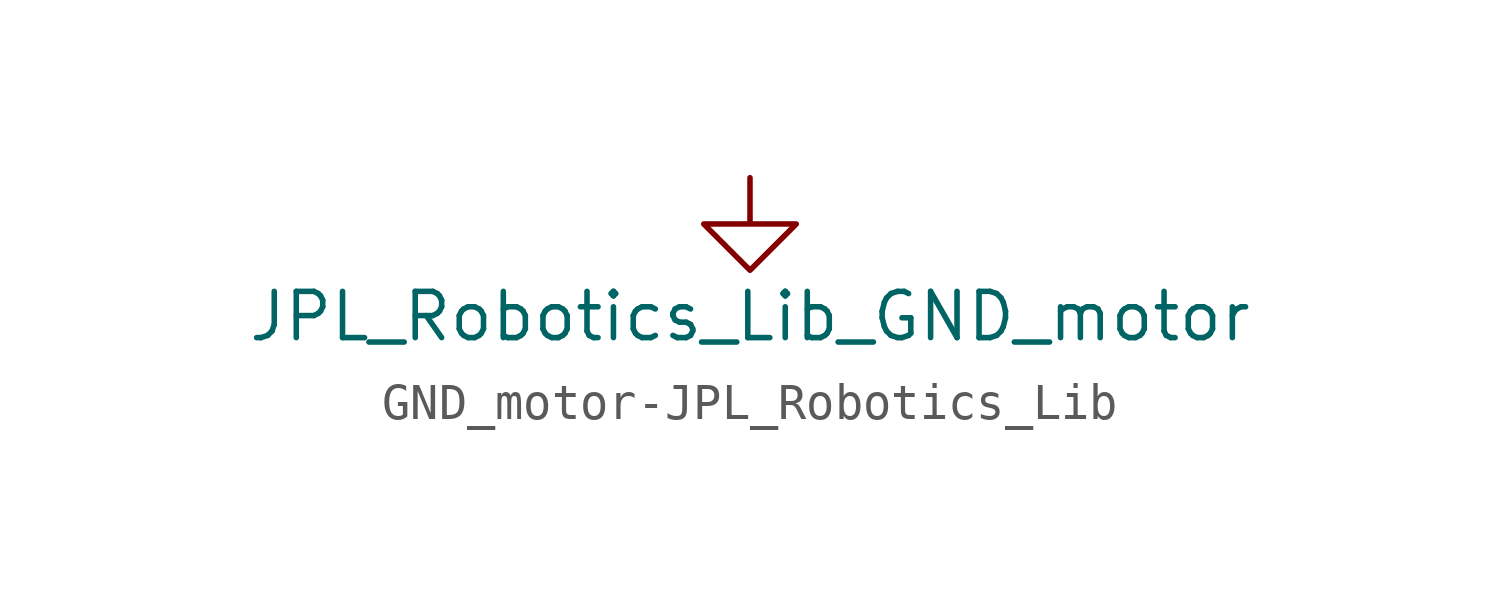
<source format=kicad_sym>
(kicad_symbol_lib
  (version 20231120)
  (generator "kicad_symbol_editor")
  (generator_version "8.0")
  (symbol "GND_motor-JPL_Robotics_Lib"
    (power)
    (pin_names
      (offset 0))
    (property "Reference" "#PWR"
      (at 0 -6.35 0)
      (effects (font (size 1.27 1.27)) (hide yes)))
    (property "Value" "JPL_Robotics_Lib_GND_motor"
      (at 0 -3.81 0)
      (effects (font (size 1.27 1.27))))
    (symbol "GND_motor-JPL_Robotics_Lib_0_1"
      (polyline (pts (xy 0 0) (xy 0 -1.27) (xy 1.27 -1.27) (xy 0 -2.54) (xy -1.27 -1.27) (xy 0 -1.27)) (stroke (width 0) (type solid)) (fill (type none))))
    (symbol "GND_motor-JPL_Robotics_Lib_1_1"
      (pin power_in line (at 0 0 270) (length 0) hide (name "GND_motor" (effects (font (size 1.27 1.27)))) (number "1" (effects (font (size 1.27 1.27))))))))
</source>
